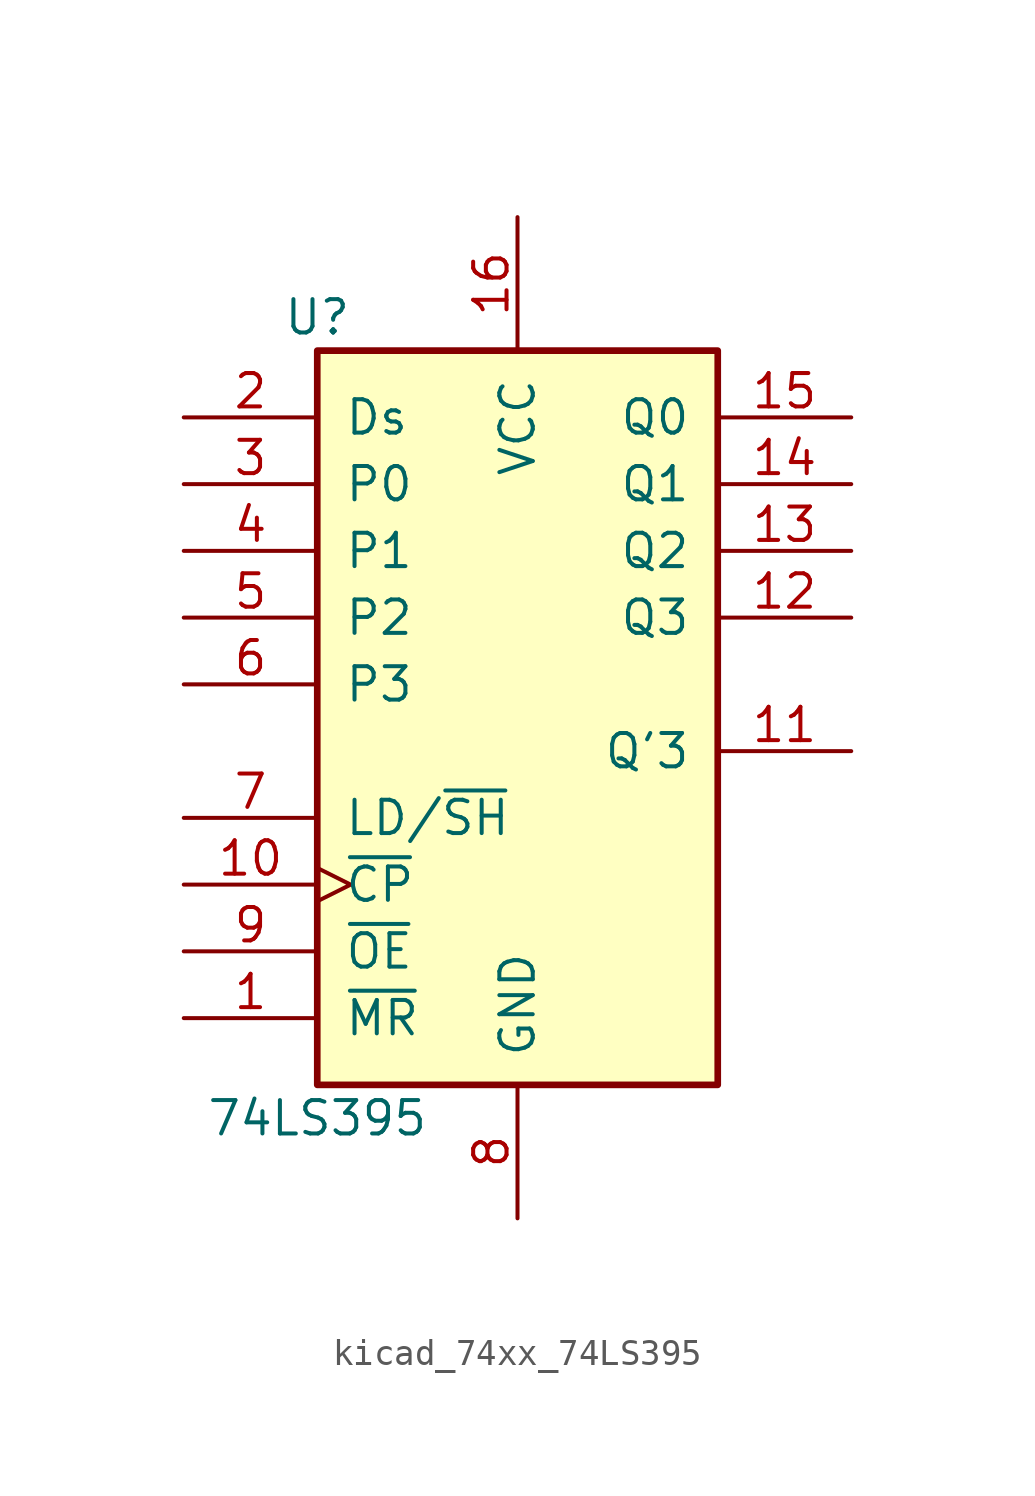
<source format=kicad_sym>
(kicad_symbol_lib
  (version 20220914)
  (generator kicad_symbol_editor)
  (symbol "kicad_74xx_74LS395"
    (pin_names
      (offset 1.016))
    (property "Reference" "U"
      (at -7.62 13.97 0)
      (effects (font (size 1.27 1.27))))
    (property "Value" "74LS395"
      (at -7.62 -16.51 0)
      (effects (font (size 1.27 1.27))))
    (property "ki_locked" ""
      (at 0 0 0)
      (effects (font (size 1.27 1.27))))
    (symbol "kicad_74xx_74LS395_1_0"
      (pin input line (at -12.7 -12.7 0) (length 5.08) (name "~{MR}" (effects (font (size 1.27 1.27)))) (number "1" (effects (font (size 1.27 1.27)))))
      (pin input clock (at -12.7 -7.62 0) (length 5.08) (name "~{CP}" (effects (font (size 1.27 1.27)))) (number "10" (effects (font (size 1.27 1.27)))))
      (pin output line (at 12.7 -2.54 180) (length 5.08) (name "Q'3" (effects (font (size 1.27 1.27)))) (number "11" (effects (font (size 1.27 1.27)))))
      (pin tri_state line (at 12.7 2.54 180) (length 5.08) (name "Q3" (effects (font (size 1.27 1.27)))) (number "12" (effects (font (size 1.27 1.27)))))
      (pin tri_state line (at 12.7 5.08 180) (length 5.08) (name "Q2" (effects (font (size 1.27 1.27)))) (number "13" (effects (font (size 1.27 1.27)))))
      (pin tri_state line (at 12.7 7.62 180) (length 5.08) (name "Q1" (effects (font (size 1.27 1.27)))) (number "14" (effects (font (size 1.27 1.27)))))
      (pin tri_state line (at 12.7 10.16 180) (length 5.08) (name "Q0" (effects (font (size 1.27 1.27)))) (number "15" (effects (font (size 1.27 1.27)))))
      (pin power_in line (at 0 17.78 270) (length 5.08) (name "VCC" (effects (font (size 1.27 1.27)))) (number "16" (effects (font (size 1.27 1.27)))))
      (pin input line (at -12.7 10.16 0) (length 5.08) (name "Ds" (effects (font (size 1.27 1.27)))) (number "2" (effects (font (size 1.27 1.27)))))
      (pin input line (at -12.7 7.62 0) (length 5.08) (name "P0" (effects (font (size 1.27 1.27)))) (number "3" (effects (font (size 1.27 1.27)))))
      (pin input line (at -12.7 5.08 0) (length 5.08) (name "P1" (effects (font (size 1.27 1.27)))) (number "4" (effects (font (size 1.27 1.27)))))
      (pin input line (at -12.7 2.54 0) (length 5.08) (name "P2" (effects (font (size 1.27 1.27)))) (number "5" (effects (font (size 1.27 1.27)))))
      (pin input line (at -12.7 0 0) (length 5.08) (name "P3" (effects (font (size 1.27 1.27)))) (number "6" (effects (font (size 1.27 1.27)))))
      (pin input line (at -12.7 -5.08 0) (length 5.08) (name "LD/~{SH}" (effects (font (size 1.27 1.27)))) (number "7" (effects (font (size 1.27 1.27)))))
      (pin power_in line (at 0 -20.32 90) (length 5.08) (name "GND" (effects (font (size 1.27 1.27)))) (number "8" (effects (font (size 1.27 1.27)))))
      (pin input line (at -12.7 -10.16 0) (length 5.08) (name "~{OE}" (effects (font (size 1.27 1.27)))) (number "9" (effects (font (size 1.27 1.27))))))
    (symbol "kicad_74xx_74LS395_1_1"
      (rectangle (start -7.62 12.7) (end 7.62 -15.24) (stroke (width 0.254) (type default)) (fill (type background))))))
</source>
